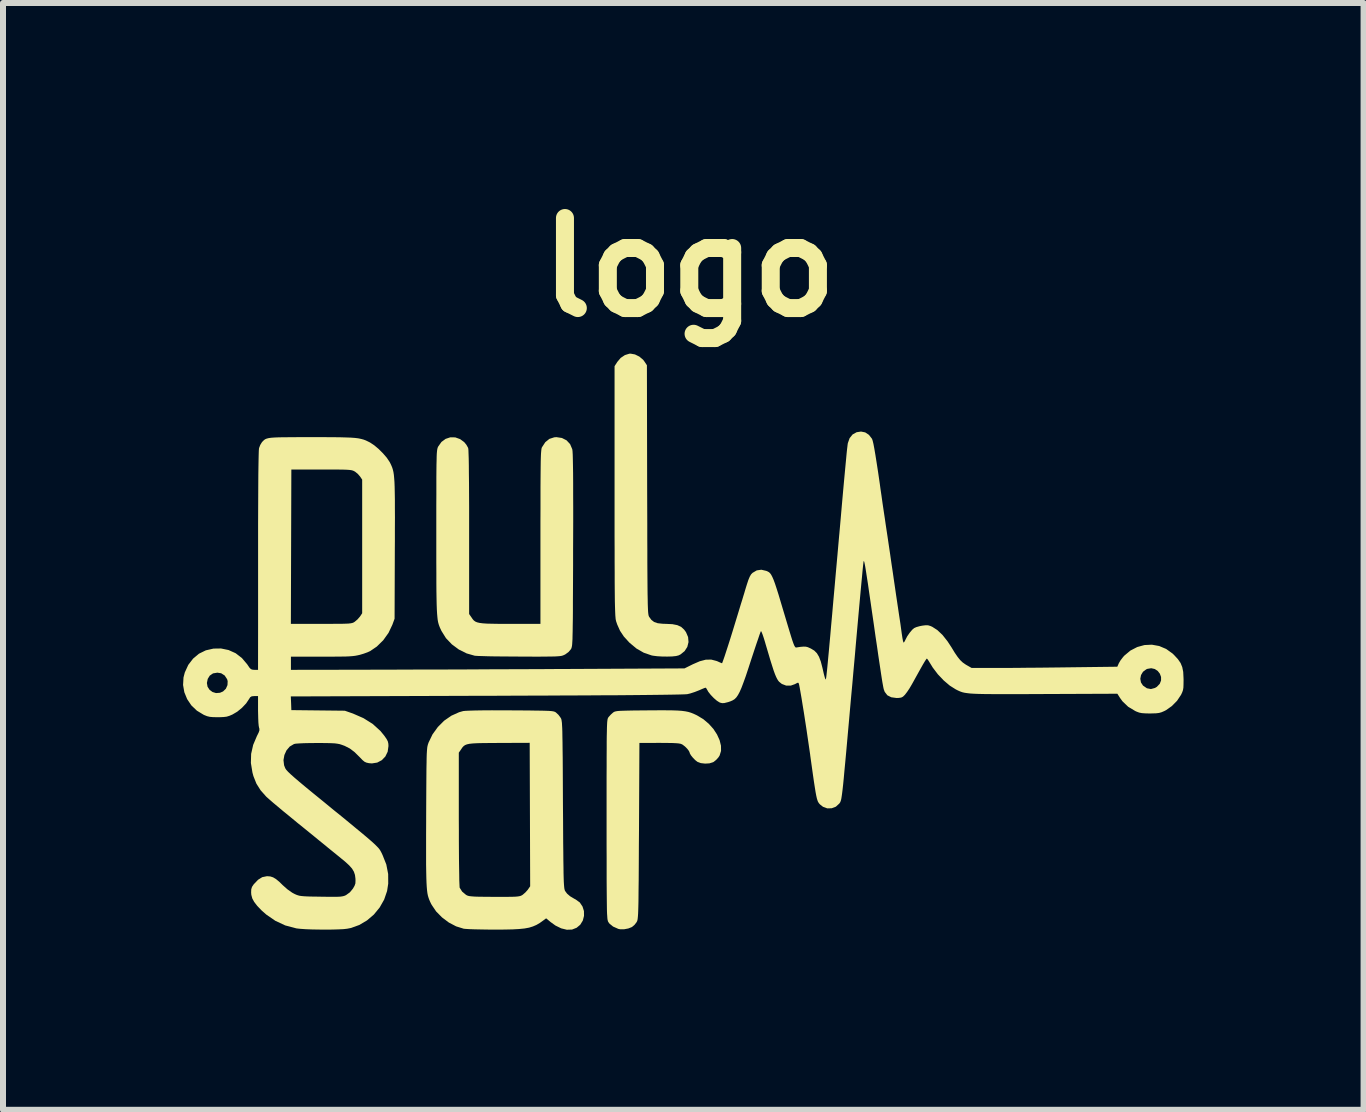
<source format=kicad_pcb>
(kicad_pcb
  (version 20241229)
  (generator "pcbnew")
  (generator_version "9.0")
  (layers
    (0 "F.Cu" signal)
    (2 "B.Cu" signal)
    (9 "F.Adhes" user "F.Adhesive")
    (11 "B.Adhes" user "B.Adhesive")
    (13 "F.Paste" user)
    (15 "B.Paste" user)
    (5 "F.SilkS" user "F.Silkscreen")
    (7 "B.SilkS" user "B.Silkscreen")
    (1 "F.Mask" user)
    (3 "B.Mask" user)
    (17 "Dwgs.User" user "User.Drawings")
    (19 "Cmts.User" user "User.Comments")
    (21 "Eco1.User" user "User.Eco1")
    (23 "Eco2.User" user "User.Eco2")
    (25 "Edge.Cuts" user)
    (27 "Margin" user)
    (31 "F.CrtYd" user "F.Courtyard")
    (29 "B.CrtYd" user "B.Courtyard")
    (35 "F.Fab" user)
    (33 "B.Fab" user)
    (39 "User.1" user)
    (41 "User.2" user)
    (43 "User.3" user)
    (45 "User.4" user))
  (footprint "logo"
    (layer "F.Cu")
    (at 8.424 7.844)
    (property "Reference" "logo" (at 0.01 -6.44 0) (layer "F.SilkS") (effects (font (size 1.5 1.5) (thickness 0.3))))
    (attr board_only exclude_from_pos_files exclude_from_bom)
    (fp_poly (pts (xy -0.895 -4.989) (xy -0.822 -4.953) (xy -0.76 -4.901) (xy -0.738 -4.872) (xy -0.696 -4.809) (xy -0.692 -2.738) (xy -0.691 -2.441) (xy -0.69 -2.174) (xy -0.69 -1.934) (xy -0.689 -1.722) (xy -0.689 -1.534) (xy -0.688 -1.369) (xy -0.687 -1.226) (xy -0.686 -1.103) (xy -0.685 -0.999) (xy -0.683 -0.911) (xy -0.682 -0.839) (xy -0.68 -0.78) (xy -0.678 -0.734) (xy -0.676 -0.697) (xy -0.673 -0.67) (xy -0.67 -0.65) (xy -0.667 -0.636) (xy -0.663 -0.626) (xy -0.66 -0.619) (xy -0.622 -0.567) (xy -0.577 -0.532) (xy -0.517 -0.511) (xy -0.437 -0.502) (xy -0.378 -0.5) (xy -0.272 -0.495) (xy -0.19 -0.479) (xy -0.126 -0.45) (xy -0.076 -0.404) (xy -0.045 -0.362) (xy -0.01 -0.28) (xy -0.003 -0.196) (xy -0.023 -0.116) (xy -0.068 -0.046) (xy -0.136 0.009) (xy -0.168 0.025) (xy -0.211 0.036) (xy -0.277 0.043) (xy -0.357 0.045) (xy -0.443 0.044) (xy -0.525 0.039) (xy -0.596 0.03) (xy -0.62 0.025) (xy -0.75 -0.02) (xy -0.87 -0.089) (xy -0.985 -0.185) (xy -0.994 -0.194) (xy -1.081 -0.29) (xy -1.144 -0.385) (xy -1.191 -0.49) (xy -1.21 -0.546) (xy -1.213 -0.561) (xy -1.217 -0.579) (xy -1.219 -0.604) (xy -1.222 -0.637) (xy -1.224 -0.678) (xy -1.226 -0.731) (xy -1.228 -0.795) (xy -1.23 -0.874) (xy -1.231 -0.968) (xy -1.232 -1.08) (xy -1.233 -1.21) (xy -1.233 -1.361) (xy -1.234 -1.533) (xy -1.234 -1.73) (xy -1.235 -1.951) (xy -1.235 -2.199) (xy -1.235 -2.476) (xy -1.235 -2.712) (xy -1.235 -4.793) (xy -1.189 -4.865) (xy -1.133 -4.931) (xy -1.063 -4.978) (xy -0.989 -5.001) (xy -0.967 -5.002)) (stroke (width 0) (type solid)) (fill yes) (layer "F.SilkS"))
    (fp_poly (pts (xy -0.276 0.941) (xy -0.187 0.944) (xy -0.116 0.949) (xy -0.056 0.957) (xy -0.006 0.967) (xy 0.039 0.981) (xy 0.082 0.998) (xy 0.127 1.019) (xy 0.141 1.026) (xy 0.244 1.088) (xy 0.335 1.165) (xy 0.412 1.251) (xy 0.472 1.343) (xy 0.515 1.438) (xy 0.538 1.53) (xy 0.539 1.617) (xy 0.515 1.694) (xy 0.495 1.725) (xy 0.458 1.766) (xy 0.417 1.799) (xy 0.406 1.805) (xy 0.346 1.824) (xy 0.273 1.828) (xy 0.202 1.82) (xy 0.146 1.799) (xy 0.109 1.77) (xy 0.07 1.73) (xy 0.037 1.689) (xy 0.018 1.655) (xy 0.016 1.645) (xy 0.004 1.618) (xy -0.024 1.581) (xy -0.062 1.543) (xy -0.101 1.513) (xy -0.112 1.507) (xy -0.134 1.498) (xy -0.166 1.492) (xy -0.212 1.488) (xy -0.277 1.485) (xy -0.363 1.484) (xy -0.477 1.483) (xy -0.49 1.483) (xy -0.821 1.484) (xy -0.828 2.95) (xy -0.83 3.197) (xy -0.831 3.414) (xy -0.832 3.605) (xy -0.833 3.77) (xy -0.835 3.911) (xy -0.836 4.031) (xy -0.837 4.131) (xy -0.839 4.213) (xy -0.841 4.279) (xy -0.843 4.332) (xy -0.846 4.373) (xy -0.849 4.404) (xy -0.852 4.426) (xy -0.856 4.443) (xy -0.86 4.455) (xy -0.866 4.465) (xy -0.868 4.47) (xy -0.902 4.514) (xy -0.943 4.549) (xy -0.948 4.552) (xy -1.006 4.575) (xy -1.075 4.588) (xy -1.142 4.588) (xy -1.172 4.582) (xy -1.26 4.543) (xy -1.32 4.494) (xy -1.34 4.466) (xy -1.344 4.457) (xy -1.348 4.444) (xy -1.352 4.427) (xy -1.355 4.403) (xy -1.357 4.371) (xy -1.36 4.328) (xy -1.362 4.273) (xy -1.363 4.205) (xy -1.364 4.12) (xy -1.365 4.019) (xy -1.366 3.898) (xy -1.367 3.756) (xy -1.367 3.591) (xy -1.367 3.402) (xy -1.368 3.186) (xy -1.368 2.942) (xy -1.368 2.756) (xy -1.368 2.492) (xy -1.368 2.258) (xy -1.368 2.052) (xy -1.367 1.871) (xy -1.367 1.714) (xy -1.366 1.58) (xy -1.366 1.466) (xy -1.365 1.371) (xy -1.363 1.293) (xy -1.362 1.23) (xy -1.36 1.18) (xy -1.358 1.141) (xy -1.355 1.113) (xy -1.352 1.092) (xy -1.348 1.077) (xy -1.344 1.067) (xy -1.339 1.059) (xy -1.335 1.053) (xy -1.298 1.012) (xy -1.26 0.978) (xy -1.247 0.969) (xy -1.232 0.962) (xy -1.212 0.957) (xy -1.182 0.952) (xy -1.141 0.949) (xy -1.083 0.947) (xy -1.007 0.945) (xy -0.909 0.943) (xy -0.785 0.942) (xy -0.676 0.941) (xy -0.516 0.94) (xy -0.384 0.94)) (stroke (width 0) (type solid)) (fill yes) (layer "F.SilkS"))
    (fp_poly (pts (xy -2.112 -3.597) (xy -2.035 -3.558) (xy -1.976 -3.495) (xy -1.941 -3.413) (xy -1.938 -3.4) (xy -1.935 -3.373) (xy -1.932 -3.32) (xy -1.93 -3.243) (xy -1.928 -3.139) (xy -1.926 -3.008) (xy -1.925 -2.849) (xy -1.925 -2.663) (xy -1.924 -2.448) (xy -1.924 -2.203) (xy -1.925 -1.928) (xy -1.926 -1.727) (xy -1.926 -1.469) (xy -1.927 -1.24) (xy -1.928 -1.039) (xy -1.929 -0.863) (xy -1.929 -0.712) (xy -1.93 -0.582) (xy -1.932 -0.473) (xy -1.933 -0.381) (xy -1.935 -0.307) (xy -1.936 -0.247) (xy -1.939 -0.199) (xy -1.941 -0.163) (xy -1.944 -0.136) (xy -1.948 -0.115) (xy -1.952 -0.101) (xy -1.956 -0.089) (xy -1.961 -0.08) (xy -1.962 -0.078) (xy -2.002 -0.031) (xy -2.057 0.009) (xy -2.063 0.012) (xy -2.08 0.02) (xy -2.097 0.027) (xy -2.118 0.033) (xy -2.144 0.037) (xy -2.179 0.04) (xy -2.227 0.043) (xy -2.289 0.044) (xy -2.37 0.045) (xy -2.472 0.046) (xy -2.598 0.046) (xy -2.751 0.045) (xy -2.813 0.045) (xy -2.959 0.044) (xy -3.097 0.043) (xy -3.224 0.042) (xy -3.337 0.04) (xy -3.431 0.037) (xy -3.503 0.035) (xy -3.55 0.032) (xy -3.564 0.031) (xy -3.7 -0.008) (xy -3.83 -0.073) (xy -3.946 -0.159) (xy -4.044 -0.262) (xy -4.117 -0.379) (xy -4.118 -0.38) (xy -4.132 -0.41) (xy -4.145 -0.438) (xy -4.156 -0.466) (xy -4.166 -0.495) (xy -4.175 -0.529) (xy -4.182 -0.568) (xy -4.187 -0.615) (xy -4.192 -0.673) (xy -4.196 -0.743) (xy -4.199 -0.827) (xy -4.201 -0.927) (xy -4.203 -1.046) (xy -4.204 -1.186) (xy -4.204 -1.348) (xy -4.205 -1.535) (xy -4.205 -1.749) (xy -4.205 -1.992) (xy -4.205 -2.02) (xy -4.205 -2.259) (xy -4.205 -2.468) (xy -4.204 -2.65) (xy -4.204 -2.807) (xy -4.204 -2.941) (xy -4.203 -3.053) (xy -4.202 -3.147) (xy -4.2 -3.223) (xy -4.199 -3.284) (xy -4.197 -3.332) (xy -4.194 -3.368) (xy -4.191 -3.396) (xy -4.187 -3.417) (xy -4.183 -3.432) (xy -4.178 -3.445) (xy -4.173 -3.455) (xy -4.119 -3.531) (xy -4.05 -3.582) (xy -3.972 -3.608) (xy -3.889 -3.607) (xy -3.808 -3.578) (xy -3.74 -3.528) (xy -3.704 -3.484) (xy -3.677 -3.436) (xy -3.673 -3.424) (xy -3.67 -3.398) (xy -3.668 -3.342) (xy -3.665 -3.257) (xy -3.663 -3.145) (xy -3.662 -3.006) (xy -3.66 -2.843) (xy -3.659 -2.655) (xy -3.658 -2.445) (xy -3.658 -2.214) (xy -3.658 -2.016) (xy -3.658 -0.664) (xy -3.619 -0.608) (xy -3.6 -0.58) (xy -3.58 -0.557) (xy -3.556 -0.539) (xy -3.526 -0.526) (xy -3.485 -0.516) (xy -3.431 -0.509) (xy -3.359 -0.504) (xy -3.267 -0.502) (xy -3.152 -0.5) (xy -3.009 -0.5) (xy -2.971 -0.5) (xy -2.47 -0.5) (xy -2.47 -1.947) (xy -2.47 -2.194) (xy -2.469 -2.412) (xy -2.469 -2.603) (xy -2.469 -2.768) (xy -2.468 -2.909) (xy -2.467 -3.029) (xy -2.466 -3.129) (xy -2.465 -3.211) (xy -2.463 -3.277) (xy -2.461 -3.329) (xy -2.458 -3.369) (xy -2.455 -3.398) (xy -2.452 -3.42) (xy -2.448 -3.434) (xy -2.444 -3.443) (xy -2.389 -3.527) (xy -2.321 -3.582) (xy -2.24 -3.608) (xy -2.204 -3.611)) (stroke (width 0) (type solid)) (fill yes) (layer "F.SilkS"))
    (fp_poly (pts (xy -3.099 0.941) (xy -2.967 0.941) (xy -2.799 0.942) (xy -2.659 0.943) (xy -2.545 0.945) (xy -2.454 0.946) (xy -2.383 0.948) (xy -2.329 0.95) (xy -2.289 0.953) (xy -2.26 0.957) (xy -2.24 0.962) (xy -2.225 0.968) (xy -2.214 0.975) (xy -2.209 0.979) (xy -2.17 1.015) (xy -2.136 1.061) (xy -2.134 1.065) (xy -2.128 1.074) (xy -2.123 1.086) (xy -2.119 1.101) (xy -2.116 1.122) (xy -2.112 1.15) (xy -2.11 1.188) (xy -2.107 1.238) (xy -2.105 1.301) (xy -2.104 1.379) (xy -2.102 1.476) (xy -2.101 1.591) (xy -2.099 1.728) (xy -2.098 1.889) (xy -2.097 2.075) (xy -2.096 2.289) (xy -2.095 2.509) (xy -2.093 2.75) (xy -2.092 2.962) (xy -2.091 3.147) (xy -2.089 3.307) (xy -2.088 3.443) (xy -2.086 3.557) (xy -2.085 3.653) (xy -2.083 3.73) (xy -2.081 3.793) (xy -2.078 3.841) (xy -2.075 3.878) (xy -2.072 3.906) (xy -2.068 3.925) (xy -2.064 3.939) (xy -2.06 3.949) (xy -2.026 3.995) (xy -1.976 4.038) (xy -1.904 4.081) (xy -1.881 4.093) (xy -1.814 4.142) (xy -1.769 4.209) (xy -1.745 4.285) (xy -1.744 4.365) (xy -1.764 4.443) (xy -1.807 4.513) (xy -1.867 4.563) (xy -1.943 4.593) (xy -2.03 4.596) (xy -2.124 4.573) (xy -2.22 4.526) (xy -2.299 4.469) (xy -2.375 4.406) (xy -2.426 4.444) (xy -2.482 4.484) (xy -2.537 4.516) (xy -2.595 4.541) (xy -2.659 4.561) (xy -2.735 4.575) (xy -2.825 4.584) (xy -2.933 4.59) (xy -3.065 4.593) (xy -3.223 4.594) (xy -3.243 4.594) (xy -3.361 4.593) (xy -3.472 4.591) (xy -3.571 4.589) (xy -3.654 4.586) (xy -3.715 4.582) (xy -3.75 4.579) (xy -3.751 4.578) (xy -3.874 4.54) (xy -3.996 4.476) (xy -4.109 4.391) (xy -4.207 4.292) (xy -4.281 4.183) (xy -4.296 4.155) (xy -4.311 4.123) (xy -4.324 4.092) (xy -4.335 4.061) (xy -4.345 4.027) (xy -4.353 3.987) (xy -4.359 3.94) (xy -4.364 3.882) (xy -4.368 3.813) (xy -4.371 3.729) (xy -4.373 3.628) (xy -4.375 3.509) (xy -4.375 3.367) (xy -4.375 3.203) (xy -4.375 3.012) (xy -4.374 2.793) (xy -4.374 2.752) (xy -3.83 2.752) (xy -3.829 2.938) (xy -3.829 3.115) (xy -3.828 3.28) (xy -3.827 3.431) (xy -3.825 3.565) (xy -3.823 3.68) (xy -3.822 3.773) (xy -3.819 3.842) (xy -3.817 3.883) (xy -3.816 3.895) (xy -3.775 3.96) (xy -3.711 4.014) (xy -3.697 4.022) (xy -3.678 4.03) (xy -3.652 4.036) (xy -3.615 4.04) (xy -3.564 4.044) (xy -3.493 4.046) (xy -3.4 4.047) (xy -3.281 4.048) (xy -3.234 4.048) (xy -3.109 4.048) (xy -3.011 4.048) (xy -2.937 4.047) (xy -2.882 4.045) (xy -2.843 4.041) (xy -2.815 4.036) (xy -2.795 4.03) (xy -2.778 4.021) (xy -2.765 4.013) (xy -2.72 3.974) (xy -2.68 3.929) (xy -2.677 3.924) (xy -2.641 3.872) (xy -2.645 2.677) (xy -2.649 1.482) (xy -3.157 1.484) (xy -3.305 1.485) (xy -3.425 1.486) (xy -3.52 1.488) (xy -3.594 1.492) (xy -3.651 1.498) (xy -3.693 1.507) (xy -3.724 1.519) (xy -3.748 1.535) (xy -3.768 1.556) (xy -3.786 1.582) (xy -3.794 1.594) (xy -3.83 1.646) (xy -3.83 2.752) (xy -4.374 2.752) (xy -4.374 2.72) (xy -4.373 2.503) (xy -4.372 2.315) (xy -4.371 2.154) (xy -4.37 2.017) (xy -4.369 1.903) (xy -4.367 1.808) (xy -4.366 1.731) (xy -4.364 1.669) (xy -4.361 1.62) (xy -4.358 1.582) (xy -4.355 1.553) (xy -4.35 1.53) (xy -4.345 1.51) (xy -4.339 1.493) (xy -4.334 1.478) (xy -4.268 1.341) (xy -4.179 1.218) (xy -4.074 1.113) (xy -3.954 1.03) (xy -3.825 0.972) (xy -3.758 0.953) (xy -3.72 0.949) (xy -3.652 0.946) (xy -3.555 0.943) (xy -3.43 0.941) (xy -3.277 0.94)) (stroke (width 0) (type solid)) (fill yes) (layer "F.SilkS"))
    (fp_poly (pts (xy 2.941 -3.69) (xy 3.003 -3.649) (xy 3.052 -3.586) (xy 3.055 -3.581) (xy 3.065 -3.552) (xy 3.078 -3.498) (xy 3.093 -3.419) (xy 3.111 -3.313) (xy 3.132 -3.18) (xy 3.157 -3.018) (xy 3.185 -2.826) (xy 3.195 -2.751) (xy 3.211 -2.643) (xy 3.229 -2.515) (xy 3.249 -2.38) (xy 3.269 -2.248) (xy 3.282 -2.157) (xy 3.296 -2.064) (xy 3.314 -1.946) (xy 3.334 -1.81) (xy 3.356 -1.662) (xy 3.378 -1.508) (xy 3.401 -1.355) (xy 3.416 -1.25) (xy 3.436 -1.114) (xy 3.455 -0.983) (xy 3.473 -0.863) (xy 3.489 -0.756) (xy 3.502 -0.668) (xy 3.512 -0.602) (xy 3.518 -0.563) (xy 3.518 -0.563) (xy 3.528 -0.497) (xy 3.539 -0.416) (xy 3.55 -0.336) (xy 3.552 -0.324) (xy 3.561 -0.264) (xy 3.57 -0.217) (xy 3.578 -0.191) (xy 3.581 -0.188) (xy 3.593 -0.2) (xy 3.61 -0.232) (xy 3.611 -0.235) (xy 3.641 -0.293) (xy 3.682 -0.352) (xy 3.725 -0.403) (xy 3.757 -0.43) (xy 3.793 -0.446) (xy 3.846 -0.461) (xy 3.89 -0.47) (xy 3.947 -0.477) (xy 3.989 -0.476) (xy 4.029 -0.464) (xy 4.058 -0.451) (xy 4.142 -0.397) (xy 4.228 -0.316) (xy 4.312 -0.21) (xy 4.377 -0.111) (xy 4.433 -0.019) (xy 4.481 0.051) (xy 4.523 0.103) (xy 4.565 0.143) (xy 4.612 0.176) (xy 4.632 0.188) (xy 4.713 0.234) (xy 5.119 0.234) (xy 5.219 0.234) (xy 5.345 0.234) (xy 5.492 0.233) (xy 5.654 0.231) (xy 5.827 0.23) (xy 6.005 0.228) (xy 6.182 0.226) (xy 6.333 0.224) (xy 7.141 0.214) (xy 7.167 0.155) (xy 7.194 0.109) (xy 7.233 0.058) (xy 7.255 0.032) (xy 7.359 -0.055) (xy 7.473 -0.114) (xy 7.593 -0.147) (xy 7.717 -0.153) (xy 7.839 -0.131) (xy 7.955 -0.082) (xy 8.061 -0.006) (xy 8.085 0.017) (xy 8.15 0.087) (xy 8.195 0.152) (xy 8.223 0.22) (xy 8.239 0.3) (xy 8.244 0.4) (xy 8.245 0.43) (xy 8.244 0.508) (xy 8.242 0.563) (xy 8.235 0.604) (xy 8.223 0.639) (xy 8.205 0.678) (xy 8.201 0.685) (xy 8.136 0.782) (xy 8.05 0.869) (xy 7.954 0.937) (xy 7.925 0.952) (xy 7.879 0.972) (xy 7.837 0.984) (xy 7.787 0.99) (xy 7.721 0.992) (xy 7.683 0.993) (xy 7.605 0.991) (xy 7.549 0.987) (xy 7.505 0.978) (xy 7.462 0.962) (xy 7.44 0.952) (xy 7.322 0.881) (xy 7.227 0.79) (xy 7.187 0.735) (xy 7.142 0.664) (xy 5.92 0.669) (xy 5.688 0.67) (xy 5.484 0.671) (xy 5.308 0.671) (xy 5.157 0.671) (xy 5.027 0.67) (xy 4.918 0.669) (xy 4.827 0.667) (xy 4.752 0.664) (xy 4.69 0.66) (xy 4.639 0.654) (xy 4.598 0.648) (xy 4.563 0.64) (xy 4.533 0.63) (xy 4.506 0.619) (xy 4.478 0.606) (xy 4.449 0.591) (xy 4.447 0.59) (xy 4.349 0.528) (xy 4.248 0.442) (xy 4.223 0.415) (xy 7.524 0.415) (xy 7.535 0.476) (xy 7.569 0.528) (xy 7.634 0.573) (xy 7.701 0.586) (xy 7.768 0.568) (xy 7.8 0.549) (xy 7.848 0.499) (xy 7.87 0.443) (xy 7.87 0.385) (xy 7.85 0.33) (xy 7.814 0.284) (xy 7.765 0.252) (xy 7.706 0.239) (xy 7.64 0.25) (xy 7.623 0.258) (xy 7.569 0.298) (xy 7.536 0.353) (xy 7.524 0.415) (xy 4.223 0.415) (xy 4.152 0.341) (xy 4.067 0.229) (xy 4.022 0.156) (xy 3.996 0.114) (xy 3.976 0.085) (xy 3.967 0.078) (xy 3.956 0.091) (xy 3.933 0.126) (xy 3.902 0.178) (xy 3.868 0.238) (xy 3.824 0.317) (xy 3.778 0.4) (xy 3.736 0.476) (xy 3.714 0.515) (xy 3.678 0.576) (xy 3.639 0.634) (xy 3.606 0.677) (xy 3.601 0.683) (xy 3.57 0.713) (xy 3.54 0.728) (xy 3.5 0.734) (xy 3.462 0.735) (xy 3.375 0.723) (xy 3.31 0.69) (xy 3.266 0.633) (xy 3.25 0.59) (xy 3.246 0.573) (xy 3.241 0.548) (xy 3.235 0.515) (xy 3.227 0.471) (xy 3.218 0.415) (xy 3.207 0.344) (xy 3.194 0.257) (xy 3.178 0.151) (xy 3.159 0.025) (xy 3.138 -0.123) (xy 3.112 -0.296) (xy 3.084 -0.494) (xy 3.051 -0.72) (xy 3.032 -0.852) (xy 3.007 -1.021) (xy 2.987 -1.162) (xy 2.969 -1.277) (xy 2.955 -1.368) (xy 2.944 -1.437) (xy 2.935 -1.487) (xy 2.928 -1.52) (xy 2.923 -1.539) (xy 2.919 -1.546) (xy 2.915 -1.543) (xy 2.914 -1.54) (xy 2.911 -1.519) (xy 2.905 -1.468) (xy 2.897 -1.389) (xy 2.887 -1.281) (xy 2.874 -1.145) (xy 2.859 -0.984) (xy 2.842 -0.798) (xy 2.823 -0.587) (xy 2.802 -0.353) (xy 2.781 -0.117) (xy 2.771 0.001) (xy 2.758 0.145) (xy 2.743 0.31) (xy 2.727 0.493) (xy 2.709 0.686) (xy 2.691 0.887) (xy 2.673 1.09) (xy 2.655 1.289) (xy 2.642 1.435) (xy 2.624 1.636) (xy 2.608 1.809) (xy 2.594 1.955) (xy 2.583 2.078) (xy 2.573 2.178) (xy 2.564 2.259) (xy 2.556 2.324) (xy 2.549 2.373) (xy 2.543 2.411) (xy 2.537 2.438) (xy 2.53 2.458) (xy 2.524 2.473) (xy 2.516 2.484) (xy 2.51 2.493) (xy 2.452 2.546) (xy 2.383 2.572) (xy 2.309 2.574) (xy 2.238 2.548) (xy 2.191 2.511) (xy 2.177 2.497) (xy 2.165 2.481) (xy 2.154 2.463) (xy 2.145 2.439) (xy 2.135 2.406) (xy 2.125 2.361) (xy 2.114 2.302) (xy 2.102 2.227) (xy 2.087 2.131) (xy 2.07 2.013) (xy 2.05 1.87) (xy 2.026 1.699) (xy 2.024 1.68) (xy 2.004 1.543) (xy 1.983 1.4) (xy 1.962 1.256) (xy 1.94 1.114) (xy 1.919 0.977) (xy 1.898 0.85) (xy 1.88 0.737) (xy 1.863 0.64) (xy 1.85 0.565) (xy 1.84 0.515) (xy 1.835 0.497) (xy 1.828 0.482) (xy 1.812 0.482) (xy 1.781 0.498) (xy 1.773 0.503) (xy 1.7 0.529) (xy 1.623 0.528) (xy 1.552 0.501) (xy 1.506 0.464) (xy 1.49 0.444) (xy 1.474 0.418) (xy 1.457 0.384) (xy 1.438 0.339) (xy 1.416 0.279) (xy 1.391 0.201) (xy 1.36 0.103) (xy 1.324 -0.019) (xy 1.28 -0.167) (xy 1.273 -0.192) (xy 1.251 -0.264) (xy 1.231 -0.323) (xy 1.215 -0.363) (xy 1.205 -0.38) (xy 1.204 -0.38) (xy 1.196 -0.362) (xy 1.18 -0.319) (xy 1.158 -0.253) (xy 1.129 -0.169) (xy 1.096 -0.07) (xy 1.06 0.039) (xy 1.047 0.078) (xy 0.995 0.238) (xy 0.951 0.371) (xy 0.912 0.479) (xy 0.879 0.566) (xy 0.849 0.634) (xy 0.821 0.686) (xy 0.794 0.725) (xy 0.765 0.754) (xy 0.733 0.774) (xy 0.697 0.79) (xy 0.656 0.804) (xy 0.647 0.806) (xy 0.595 0.819) (xy 0.559 0.821) (xy 0.525 0.813) (xy 0.513 0.808) (xy 0.47 0.781) (xy 0.419 0.737) (xy 0.368 0.684) (xy 0.327 0.632) (xy 0.31 0.602) (xy 0.293 0.573) (xy 0.281 0.563) (xy 0.262 0.569) (xy 0.223 0.585) (xy 0.173 0.607) (xy 0.17 0.608) (xy 0.101 0.635) (xy 0.027 0.659) (xy -0.023 0.671) (xy -0.048 0.673) (xy -0.098 0.675) (xy -0.173 0.677) (xy -0.274 0.679) (xy -0.402 0.681) (xy -0.556 0.683) (xy -0.737 0.685) (xy -0.946 0.687) (xy -1.183 0.689) (xy -1.448 0.69) (xy -1.743 0.692) (xy -2.066 0.693) (xy -2.42 0.695) (xy -2.804 0.696) (xy -3.218 0.698) (xy -3.372 0.698) (xy -6.629 0.709) (xy -6.624 0.823) (xy -6.62 0.937) (xy -6.174 0.942) (xy -5.729 0.947) (xy -5.594 0.994) (xy -5.418 1.071) (xy -5.265 1.167) (xy -5.136 1.284) (xy -5.071 1.364) (xy -5.034 1.417) (xy -5.013 1.457) (xy -5.004 1.496) (xy -5.002 1.535) (xy -5.015 1.63) (xy -5.054 1.71) (xy -5.113 1.771) (xy -5.189 1.811) (xy -5.278 1.825) (xy -5.327 1.821) (xy -5.368 1.812) (xy -5.401 1.797) (xy -5.436 1.768) (xy -5.481 1.721) (xy -5.486 1.716) (xy -5.567 1.636) (xy -5.645 1.577) (xy -5.731 1.533) (xy -5.78 1.515) (xy -5.814 1.504) (xy -5.85 1.497) (xy -5.895 1.491) (xy -5.952 1.488) (xy -6.028 1.486) (xy -6.126 1.485) (xy -6.199 1.485) (xy -6.313 1.486) (xy -6.412 1.488) (xy -6.492 1.492) (xy -6.548 1.496) (xy -6.576 1.502) (xy -6.647 1.544) (xy -6.701 1.608) (xy -6.736 1.685) (xy -6.751 1.77) (xy -6.741 1.856) (xy -6.721 1.907) (xy -6.705 1.931) (xy -6.675 1.964) (xy -6.63 2.007) (xy -6.567 2.063) (xy -6.485 2.133) (xy -6.382 2.219) (xy -6.264 2.316) (xy -6.077 2.468) (xy -5.913 2.603) (xy -5.769 2.719) (xy -5.645 2.821) (xy -5.54 2.908) (xy -5.45 2.982) (xy -5.376 3.044) (xy -5.314 3.097) (xy -5.265 3.14) (xy -5.226 3.176) (xy -5.195 3.207) (xy -5.171 3.232) (xy -5.153 3.254) (xy -5.139 3.275) (xy -5.128 3.295) (xy -5.117 3.316) (xy -5.106 3.339) (xy -5.098 3.357) (xy -5.038 3.508) (xy -5.007 3.667) (xy -5.006 3.828) (xy -5.025 3.951) (xy -5.074 4.094) (xy -5.149 4.226) (xy -5.245 4.343) (xy -5.36 4.441) (xy -5.489 4.517) (xy -5.628 4.567) (xy -5.69 4.579) (xy -5.75 4.586) (xy -5.835 4.59) (xy -5.937 4.593) (xy -6.049 4.594) (xy -6.165 4.593) (xy -6.278 4.591) (xy -6.381 4.587) (xy -6.468 4.581) (xy -6.532 4.574) (xy -6.541 4.572) (xy -6.722 4.524) (xy -6.887 4.447) (xy -7.038 4.343) (xy -7.114 4.276) (xy -7.188 4.199) (xy -7.239 4.133) (xy -7.271 4.074) (xy -7.287 4.014) (xy -7.29 3.977) (xy -7.288 3.922) (xy -7.275 3.881) (xy -7.246 3.838) (xy -7.243 3.835) (xy -7.174 3.763) (xy -7.105 3.72) (xy -7.032 3.705) (xy -7.023 3.704) (xy -6.971 3.708) (xy -6.924 3.723) (xy -6.877 3.751) (xy -6.821 3.797) (xy -6.764 3.853) (xy -6.685 3.923) (xy -6.607 3.978) (xy -6.57 3.998) (xy -6.54 4.012) (xy -6.512 4.022) (xy -6.483 4.03) (xy -6.446 4.035) (xy -6.398 4.039) (xy -6.333 4.042) (xy -6.247 4.044) (xy -6.135 4.045) (xy -6.125 4.046) (xy -6.01 4.047) (xy -5.922 4.047) (xy -5.856 4.047) (xy -5.807 4.045) (xy -5.772 4.04) (xy -5.745 4.034) (xy -5.723 4.026) (xy -5.706 4.017) (xy -5.644 3.972) (xy -5.594 3.911) (xy -5.567 3.864) (xy -5.553 3.824) (xy -5.551 3.776) (xy -5.552 3.744) (xy -5.56 3.683) (xy -5.578 3.629) (xy -5.609 3.577) (xy -5.658 3.522) (xy -5.727 3.459) (xy -5.787 3.41) (xy -5.859 3.351) (xy -5.938 3.287) (xy -6.011 3.228) (xy -6.049 3.196) (xy -6.091 3.162) (xy -6.153 3.112) (xy -6.231 3.048) (xy -6.321 2.975) (xy -6.418 2.896) (xy -6.52 2.814) (xy -6.557 2.783) (xy -6.657 2.701) (xy -6.754 2.622) (xy -6.843 2.547) (xy -6.921 2.482) (xy -6.983 2.428) (xy -7.027 2.389) (xy -7.039 2.378) (xy -7.132 2.273) (xy -7.202 2.162) (xy -7.252 2.036) (xy -7.268 1.977) (xy -7.294 1.818) (xy -7.29 1.666) (xy -7.256 1.516) (xy -7.192 1.365) (xy -7.19 1.362) (xy -7.164 1.309) (xy -7.152 1.274) (xy -7.153 1.245) (xy -7.158 1.229) (xy -7.164 1.198) (xy -7.169 1.144) (xy -7.172 1.071) (xy -7.174 0.987) (xy -7.175 0.945) (xy -7.175 0.703) (xy -7.237 0.703) (xy -7.28 0.707) (xy -7.306 0.723) (xy -7.325 0.753) (xy -7.373 0.825) (xy -7.442 0.898) (xy -7.521 0.963) (xy -7.601 1.01) (xy -7.601 1.01) (xy -7.652 1.032) (xy -7.698 1.046) (xy -7.747 1.052) (xy -7.813 1.055) (xy -7.847 1.055) (xy -7.923 1.054) (xy -7.978 1.049) (xy -8.024 1.038) (xy -8.069 1.02) (xy -8.082 1.014) (xy -8.194 0.946) (xy -8.286 0.858) (xy -8.356 0.754) (xy -8.403 0.639) (xy -8.424 0.518) (xy -8.422 0.485) (xy -8.027 0.485) (xy -8.016 0.547) (xy -7.983 0.598) (xy -7.934 0.635) (xy -7.875 0.653) (xy -7.809 0.648) (xy -7.758 0.626) (xy -7.711 0.581) (xy -7.684 0.52) (xy -7.681 0.454) (xy -7.69 0.422) (xy -7.731 0.36) (xy -7.789 0.323) (xy -7.853 0.313) (xy -7.925 0.325) (xy -7.979 0.362) (xy -8.013 0.417) (xy -8.027 0.485) (xy -8.422 0.485) (xy -8.417 0.394) (xy -8.395 0.309) (xy -8.337 0.183) (xy -8.257 0.079) (xy -8.159 -0.003) (xy -8.045 -0.059) (xy -7.917 -0.088) (xy -7.792 -0.09) (xy -7.666 -0.064) (xy -7.548 -0.011) (xy -7.444 0.069) (xy -7.356 0.173) (xy -7.346 0.188) (xy -7.316 0.232) (xy -7.292 0.255) (xy -7.265 0.264) (xy -7.235 0.266) (xy -7.175 0.266) (xy -7.174 -0.5) (xy -6.628 -0.5) (xy -6.122 -0.5) (xy -5.983 -0.5) (xy -5.871 -0.501) (xy -5.784 -0.501) (xy -5.718 -0.503) (xy -5.669 -0.505) (xy -5.634 -0.509) (xy -5.608 -0.514) (xy -5.59 -0.52) (xy -5.575 -0.528) (xy -5.563 -0.536) (xy -5.518 -0.574) (xy -5.478 -0.62) (xy -5.475 -0.624) (xy -5.44 -0.677) (xy -5.44 -1.79) (xy -5.44 -2.903) (xy -5.475 -2.955) (xy -5.513 -2.999) (xy -5.56 -3.037) (xy -5.565 -3.039) (xy -5.581 -3.048) (xy -5.599 -3.055) (xy -5.623 -3.061) (xy -5.655 -3.065) (xy -5.7 -3.068) (xy -5.761 -3.07) (xy -5.842 -3.071) (xy -5.945 -3.071) (xy -6.076 -3.071) (xy -6.119 -3.071) (xy -6.62 -3.071) (xy -6.624 -1.786) (xy -6.628 -0.5) (xy -7.174 -0.5) (xy -7.174 -1.551) (xy -7.174 -1.865) (xy -7.174 -2.148) (xy -7.173 -2.402) (xy -7.172 -2.625) (xy -7.171 -2.82) (xy -7.17 -2.987) (xy -7.168 -3.127) (xy -7.166 -3.239) (xy -7.164 -3.326) (xy -7.162 -3.386) (xy -7.159 -3.422) (xy -7.157 -3.431) (xy -7.138 -3.481) (xy -7.111 -3.525) (xy -7.107 -3.53) (xy -7.089 -3.549) (xy -7.073 -3.564) (xy -7.054 -3.577) (xy -7.029 -3.587) (xy -6.997 -3.595) (xy -6.954 -3.601) (xy -6.897 -3.605) (xy -6.823 -3.608) (xy -6.73 -3.609) (xy -6.615 -3.61) (xy -6.474 -3.611) (xy -6.306 -3.611) (xy -6.28 -3.611) (xy -6.1 -3.611) (xy -5.948 -3.61) (xy -5.821 -3.609) (xy -5.717 -3.606) (xy -5.631 -3.603) (xy -5.561 -3.598) (xy -5.504 -3.591) (xy -5.457 -3.581) (xy -5.416 -3.57) (xy -5.379 -3.556) (xy -5.342 -3.538) (xy -5.308 -3.521) (xy -5.24 -3.476) (xy -5.166 -3.414) (xy -5.093 -3.341) (xy -5.03 -3.268) (xy -4.985 -3.201) (xy -4.98 -3.193) (xy -4.964 -3.161) (xy -4.95 -3.13) (xy -4.938 -3.1) (xy -4.928 -3.067) (xy -4.919 -3.029) (xy -4.912 -2.983) (xy -4.907 -2.929) (xy -4.902 -2.862) (xy -4.899 -2.782) (xy -4.897 -2.685) (xy -4.895 -2.57) (xy -4.895 -2.433) (xy -4.894 -2.274) (xy -4.895 -2.089) (xy -4.895 -1.876) (xy -4.896 -1.747) (xy -4.9 -0.586) (xy -4.937 -0.485) (xy -5.001 -0.35) (xy -5.089 -0.227) (xy -5.196 -0.122) (xy -5.306 -0.047) (xy -5.352 -0.026) (xy -5.416 -0.003) (xy -5.483 0.017) (xy -5.484 0.017) (xy -5.52 0.025) (xy -5.557 0.032) (xy -5.599 0.037) (xy -5.651 0.041) (xy -5.716 0.044) (xy -5.798 0.045) (xy -5.902 0.046) (xy -6.03 0.047) (xy -6.114 0.047) (xy -6.627 0.047) (xy -6.627 0.156) (xy -6.627 0.266) (xy -5.373 0.264) (xy -5.189 0.263) (xy -4.978 0.263) (xy -4.743 0.262) (xy -4.488 0.261) (xy -4.217 0.261) (xy -3.933 0.26) (xy -3.64 0.259) (xy -3.342 0.257) (xy -3.042 0.256) (xy -2.744 0.255) (xy -2.453 0.254) (xy -2.171 0.252) (xy -2.095 0.252) (xy -0.07 0.242) (xy 0.069 0.173) (xy 0.184 0.123) (xy 0.284 0.097) (xy 0.375 0.095) (xy 0.46 0.117) (xy 0.477 0.123) (xy 0.519 0.142) (xy 0.548 0.154) (xy 0.556 0.156) (xy 0.562 0.142) (xy 0.577 0.101) (xy 0.599 0.038) (xy 0.626 -0.045) (xy 0.658 -0.143) (xy 0.693 -0.253) (xy 0.73 -0.372) (xy 0.768 -0.496) (xy 0.781 -0.539) (xy 0.819 -0.663) (xy 0.849 -0.762) (xy 0.873 -0.841) (xy 0.893 -0.904) (xy 0.909 -0.958) (xy 0.924 -1.006) (xy 0.938 -1.054) (xy 0.954 -1.107) (xy 0.968 -1.152) (xy 0.994 -1.231) (xy 1.017 -1.286) (xy 1.039 -1.324) (xy 1.064 -1.35) (xy 1.134 -1.391) (xy 1.21 -1.402) (xy 1.292 -1.383) (xy 1.316 -1.373) (xy 1.337 -1.361) (xy 1.356 -1.344) (xy 1.374 -1.319) (xy 1.393 -1.283) (xy 1.414 -1.235) (xy 1.438 -1.17) (xy 1.465 -1.088) (xy 1.498 -0.984) (xy 1.536 -0.856) (xy 1.582 -0.702) (xy 1.598 -0.649) (xy 1.641 -0.505) (xy 1.676 -0.389) (xy 1.704 -0.297) (xy 1.726 -0.227) (xy 1.744 -0.176) (xy 1.758 -0.141) (xy 1.77 -0.12) (xy 1.779 -0.109) (xy 1.788 -0.106) (xy 1.79 -0.106) (xy 1.863 -0.117) (xy 1.914 -0.121) (xy 1.951 -0.12) (xy 1.984 -0.112) (xy 2.02 -0.096) (xy 2.037 -0.088) (xy 2.092 -0.055) (xy 2.136 -0.011) (xy 2.171 0.048) (xy 2.201 0.127) (xy 2.228 0.231) (xy 2.237 0.27) (xy 2.252 0.336) (xy 2.266 0.388) (xy 2.277 0.42) (xy 2.283 0.426) (xy 2.285 0.423) (xy 2.287 0.416) (xy 2.289 0.404) (xy 2.292 0.386) (xy 2.295 0.36) (xy 2.299 0.324) (xy 2.304 0.278) (xy 2.31 0.22) (xy 2.317 0.147) (xy 2.325 0.06) (xy 2.335 -0.044) (xy 2.346 -0.166) (xy 2.359 -0.307) (xy 2.373 -0.469) (xy 2.39 -0.654) (xy 2.408 -0.862) (xy 2.429 -1.095) (xy 2.452 -1.355) (xy 2.478 -1.643) (xy 2.506 -1.961) (xy 2.51 -2.001) (xy 2.533 -2.26) (xy 2.553 -2.49) (xy 2.571 -2.692) (xy 2.587 -2.868) (xy 2.601 -3.018) (xy 2.613 -3.146) (xy 2.623 -3.251) (xy 2.631 -3.337) (xy 2.638 -3.404) (xy 2.644 -3.454) (xy 2.648 -3.488) (xy 2.651 -3.508) (xy 2.651 -3.509) (xy 2.681 -3.594) (xy 2.731 -3.656) (xy 2.798 -3.693) (xy 2.871 -3.704)) (stroke (width 0) (type solid)) (fill yes) (layer "F.SilkS")))
  (gr_rect
    (start -3 -3)
    (end 19.668 15.44)
    (stroke (width 0.1) (type default))
    (fill no)
    (layer "Edge.Cuts")))
</source>
